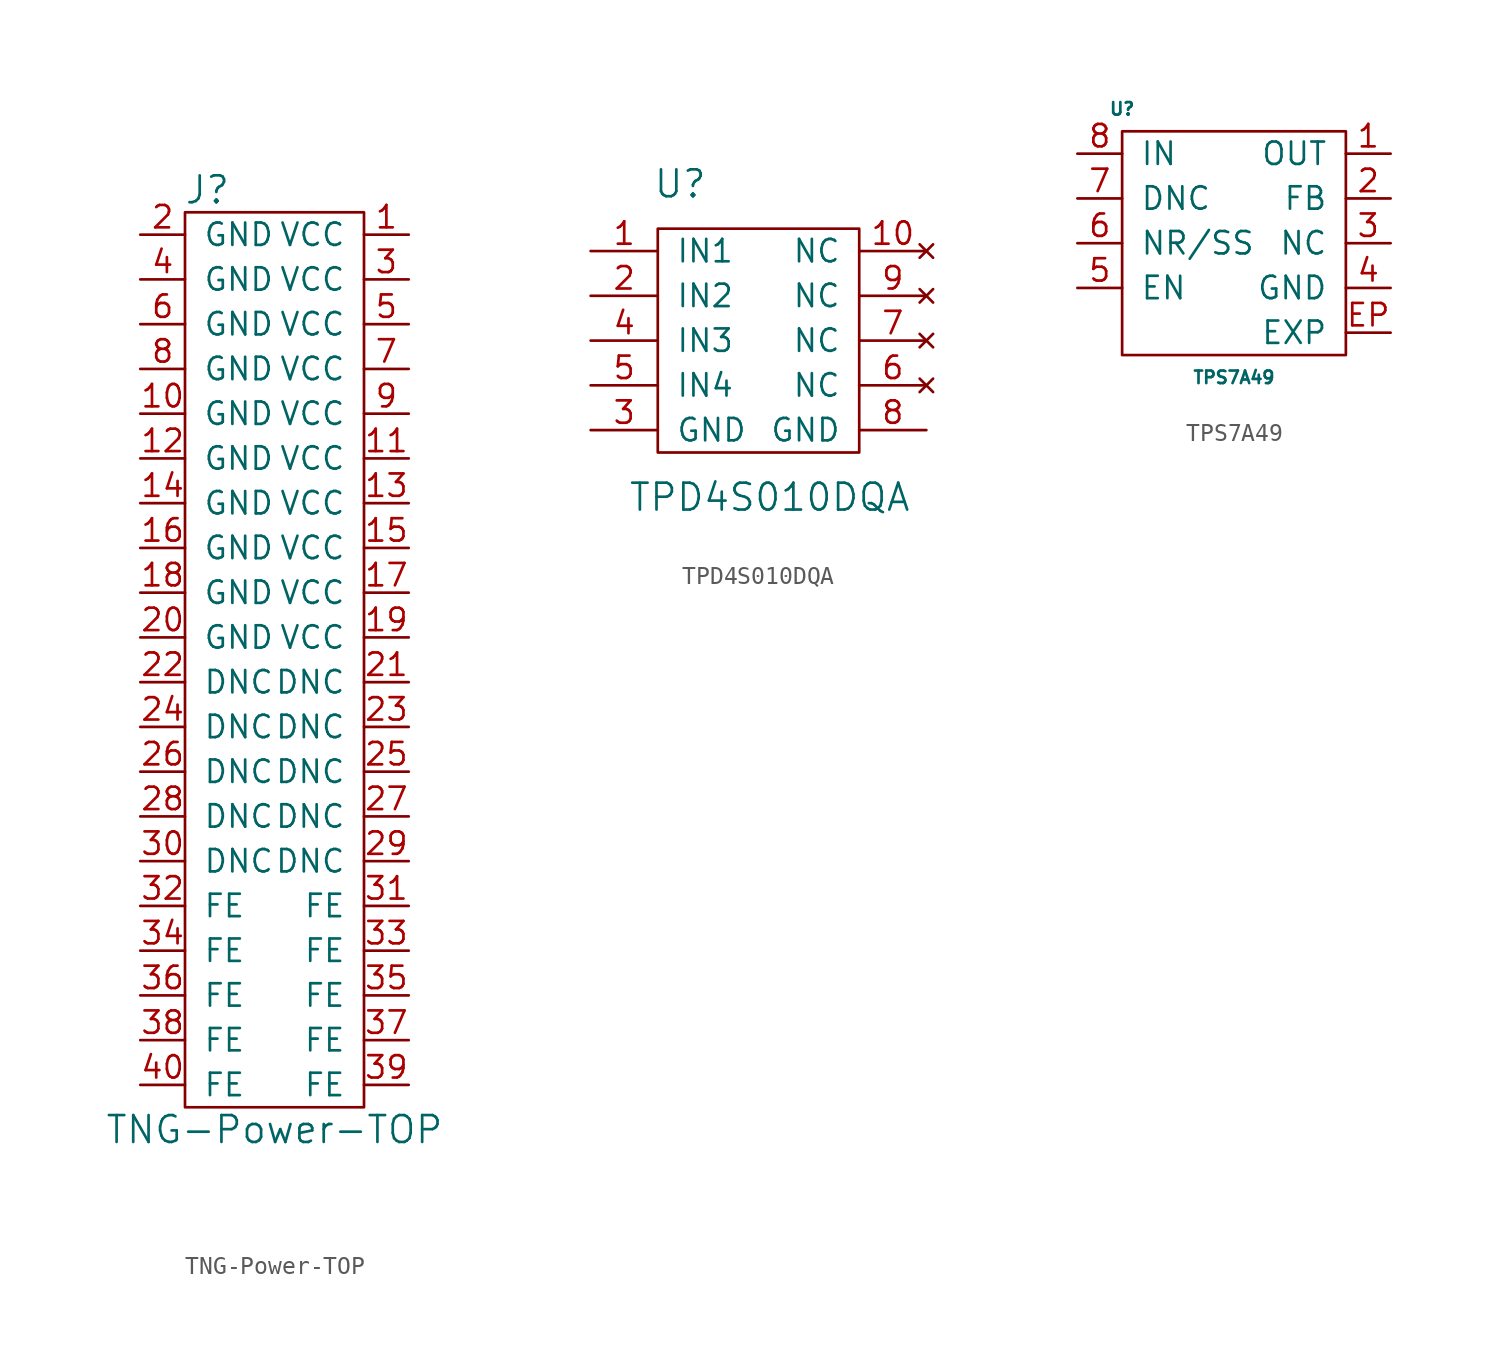
<source format=kicad_sym>
(kicad_symbol_lib
  (version 20211014)
  (generator kicad_symbol_editor)
  (symbol "TNG-Power-TOP"
    (pin_names
      (offset 1.016))
    (property "Reference" "J"
      (at -3.81 26.67 0)
      (effects (font (size 1.524 1.524))))
    (property "Value" "TNG-Power-TOP"
      (at 0 -26.67 0)
      (effects (font (size 1.524 1.524))))
    (symbol "TNG-Power-TOP_0_1"
      (rectangle (start -5.08 25.4) (end 5.08 -25.4) (stroke (width 0) (type default) (color 0 0 0 0)) (fill (type none))))
    (symbol "TNG-Power-TOP_1_1"
      (pin passive line (at 7.62 24.13 180) (length 2.54) (name "VCC" (effects (font (size 1.27 1.27)))) (number "1" (effects (font (size 1.27 1.27)))))
      (pin passive line (at -7.62 13.97 0) (length 2.54) (name "GND" (effects (font (size 1.27 1.27)))) (number "10" (effects (font (size 1.27 1.27)))))
      (pin passive line (at 7.62 11.43 180) (length 2.54) (name "VCC" (effects (font (size 1.27 1.27)))) (number "11" (effects (font (size 1.27 1.27)))))
      (pin passive line (at -7.62 11.43 0) (length 2.54) (name "GND" (effects (font (size 1.27 1.27)))) (number "12" (effects (font (size 1.27 1.27)))))
      (pin passive line (at 7.62 8.89 180) (length 2.54) (name "VCC" (effects (font (size 1.27 1.27)))) (number "13" (effects (font (size 1.27 1.27)))))
      (pin passive line (at -7.62 8.89 0) (length 2.54) (name "GND" (effects (font (size 1.27 1.27)))) (number "14" (effects (font (size 1.27 1.27)))))
      (pin passive line (at 7.62 6.35 180) (length 2.54) (name "VCC" (effects (font (size 1.27 1.27)))) (number "15" (effects (font (size 1.27 1.27)))))
      (pin passive line (at -7.62 6.35 0) (length 2.54) (name "GND" (effects (font (size 1.27 1.27)))) (number "16" (effects (font (size 1.27 1.27)))))
      (pin passive line (at 7.62 3.81 180) (length 2.54) (name "VCC" (effects (font (size 1.27 1.27)))) (number "17" (effects (font (size 1.27 1.27)))))
      (pin passive line (at -7.62 3.81 0) (length 2.54) (name "GND" (effects (font (size 1.27 1.27)))) (number "18" (effects (font (size 1.27 1.27)))))
      (pin passive line (at 7.62 1.27 180) (length 2.54) (name "VCC" (effects (font (size 1.27 1.27)))) (number "19" (effects (font (size 1.27 1.27)))))
      (pin passive line (at -7.62 24.13 0) (length 2.54) (name "GND" (effects (font (size 1.27 1.27)))) (number "2" (effects (font (size 1.27 1.27)))))
      (pin passive line (at -7.62 1.27 0) (length 2.54) (name "GND" (effects (font (size 1.27 1.27)))) (number "20" (effects (font (size 1.27 1.27)))))
      (pin passive line (at 7.62 -1.27 180) (length 2.54) (name "DNC" (effects (font (size 1.27 1.27)))) (number "21" (effects (font (size 1.27 1.27)))))
      (pin passive line (at -7.62 -1.27 0) (length 2.54) (name "DNC" (effects (font (size 1.27 1.27)))) (number "22" (effects (font (size 1.27 1.27)))))
      (pin passive line (at 7.62 -3.81 180) (length 2.54) (name "DNC" (effects (font (size 1.27 1.27)))) (number "23" (effects (font (size 1.27 1.27)))))
      (pin passive line (at -7.62 -3.81 0) (length 2.54) (name "DNC" (effects (font (size 1.27 1.27)))) (number "24" (effects (font (size 1.27 1.27)))))
      (pin passive line (at 7.62 -6.35 180) (length 2.54) (name "DNC" (effects (font (size 1.27 1.27)))) (number "25" (effects (font (size 1.27 1.27)))))
      (pin passive line (at -7.62 -6.35 0) (length 2.54) (name "DNC" (effects (font (size 1.27 1.27)))) (number "26" (effects (font (size 1.27 1.27)))))
      (pin passive line (at 7.62 -8.89 180) (length 2.54) (name "DNC" (effects (font (size 1.27 1.27)))) (number "27" (effects (font (size 1.27 1.27)))))
      (pin passive line (at -7.62 -8.89 0) (length 2.54) (name "DNC" (effects (font (size 1.27 1.27)))) (number "28" (effects (font (size 1.27 1.27)))))
      (pin passive line (at 7.62 -11.43 180) (length 2.54) (name "DNC" (effects (font (size 1.27 1.27)))) (number "29" (effects (font (size 1.27 1.27)))))
      (pin passive line (at 7.62 21.59 180) (length 2.54) (name "VCC" (effects (font (size 1.27 1.27)))) (number "3" (effects (font (size 1.27 1.27)))))
      (pin passive line (at -7.62 -11.43 0) (length 2.54) (name "DNC" (effects (font (size 1.27 1.27)))) (number "30" (effects (font (size 1.27 1.27)))))
      (pin passive line (at 7.62 -13.97 180) (length 2.54) (name "FE" (effects (font (size 1.27 1.27)))) (number "31" (effects (font (size 1.27 1.27)))))
      (pin passive line (at -7.62 -13.97 0) (length 2.54) (name "FE" (effects (font (size 1.27 1.27)))) (number "32" (effects (font (size 1.27 1.27)))))
      (pin passive line (at 7.62 -16.51 180) (length 2.54) (name "FE" (effects (font (size 1.27 1.27)))) (number "33" (effects (font (size 1.27 1.27)))))
      (pin passive line (at -7.62 -16.51 0) (length 2.54) (name "FE" (effects (font (size 1.27 1.27)))) (number "34" (effects (font (size 1.27 1.27)))))
      (pin passive line (at 7.62 -19.05 180) (length 2.54) (name "FE" (effects (font (size 1.27 1.27)))) (number "35" (effects (font (size 1.27 1.27)))))
      (pin passive line (at -7.62 -19.05 0) (length 2.54) (name "FE" (effects (font (size 1.27 1.27)))) (number "36" (effects (font (size 1.27 1.27)))))
      (pin passive line (at 7.62 -21.59 180) (length 2.54) (name "FE" (effects (font (size 1.27 1.27)))) (number "37" (effects (font (size 1.27 1.27)))))
      (pin passive line (at -7.62 -21.59 0) (length 2.54) (name "FE" (effects (font (size 1.27 1.27)))) (number "38" (effects (font (size 1.27 1.27)))))
      (pin passive line (at 7.62 -24.13 180) (length 2.54) (name "FE" (effects (font (size 1.27 1.27)))) (number "39" (effects (font (size 1.27 1.27)))))
      (pin passive line (at -7.62 21.59 0) (length 2.54) (name "GND" (effects (font (size 1.27 1.27)))) (number "4" (effects (font (size 1.27 1.27)))))
      (pin passive line (at -7.62 -24.13 0) (length 2.54) (name "FE" (effects (font (size 1.27 1.27)))) (number "40" (effects (font (size 1.27 1.27)))))
      (pin passive line (at 7.62 19.05 180) (length 2.54) (name "VCC" (effects (font (size 1.27 1.27)))) (number "5" (effects (font (size 1.27 1.27)))))
      (pin passive line (at -7.62 19.05 0) (length 2.54) (name "GND" (effects (font (size 1.27 1.27)))) (number "6" (effects (font (size 1.27 1.27)))))
      (pin passive line (at 7.62 16.51 180) (length 2.54) (name "VCC" (effects (font (size 1.27 1.27)))) (number "7" (effects (font (size 1.27 1.27)))))
      (pin passive line (at -7.62 16.51 0) (length 2.54) (name "GND" (effects (font (size 1.27 1.27)))) (number "8" (effects (font (size 1.27 1.27)))))
      (pin passive line (at 7.62 13.97 180) (length 2.54) (name "VCC" (effects (font (size 1.27 1.27)))) (number "9" (effects (font (size 1.27 1.27)))))))
  (symbol "TPD4S010DQA"
    (pin_names
      (offset 1.016))
    (property "Reference" "U"
      (at -5.08 8.89 0)
      (effects (font (size 1.524 1.524))))
    (property "Value" "TPD4S010DQA"
      (at 0 -8.89 0)
      (effects (font (size 1.524 1.524))))
    (property "Footprint" ""
      (at -6.35 12.7 0)
      (effects (font (size 1.524 1.524))))
    (property "Datasheet" ""
      (at -6.35 12.7 0)
      (effects (font (size 1.524 1.524))))
    (symbol "TPD4S010DQA_0_1"
      (rectangle (start -6.35 6.35) (end 5.08 -6.35) (stroke (width 0) (type default) (color 0 0 0 0)) (fill (type none))))
    (symbol "TPD4S010DQA_1_1"
      (pin input line (at -10.16 5.08 0) (length 3.81) (name "IN1" (effects (font (size 1.27 1.27)))) (number "1" (effects (font (size 1.27 1.27)))))
      (pin no_connect line (at 8.89 5.08 180) (length 3.81) (name "NC" (effects (font (size 1.27 1.27)))) (number "10" (effects (font (size 1.27 1.27)))))
      (pin input line (at -10.16 2.54 0) (length 3.81) (name "IN2" (effects (font (size 1.27 1.27)))) (number "2" (effects (font (size 1.27 1.27)))))
      (pin passive line (at -10.16 -5.08 0) (length 3.81) (name "GND" (effects (font (size 1.27 1.27)))) (number "3" (effects (font (size 1.27 1.27)))))
      (pin input line (at -10.16 0 0) (length 3.81) (name "IN3" (effects (font (size 1.27 1.27)))) (number "4" (effects (font (size 1.27 1.27)))))
      (pin input line (at -10.16 -2.54 0) (length 3.81) (name "IN4" (effects (font (size 1.27 1.27)))) (number "5" (effects (font (size 1.27 1.27)))))
      (pin no_connect line (at 8.89 -2.54 180) (length 3.81) (name "NC" (effects (font (size 1.27 1.27)))) (number "6" (effects (font (size 1.27 1.27)))))
      (pin no_connect line (at 8.89 0 180) (length 3.81) (name "NC" (effects (font (size 1.27 1.27)))) (number "7" (effects (font (size 1.27 1.27)))))
      (pin passive line (at 8.89 -5.08 180) (length 3.81) (name "GND" (effects (font (size 1.27 1.27)))) (number "8" (effects (font (size 1.27 1.27)))))
      (pin no_connect line (at 8.89 2.54 180) (length 3.81) (name "NC" (effects (font (size 1.27 1.27)))) (number "9" (effects (font (size 1.27 1.27)))))))
  (symbol "TPS7A49"
    (pin_names
      (offset 1.016))
    (property "Reference" "U"
      (at -6.35 6.35 0)
      (effects (font (size 0.711 0.711))))
    (property "Value" "TPS7A49"
      (at 0 -8.89 0)
      (effects (font (size 0.711 0.711))))
    (symbol "TPS7A49_0_1"
      (rectangle (start -6.35 5.08) (end 6.35 -7.62) (stroke (width 0) (type default) (color 0 0 0 0)) (fill (type none))))
    (symbol "TPS7A49_1_1"
      (pin passive line (at 8.89 3.81 180) (length 2.54) (name "OUT" (effects (font (size 1.27 1.27)))) (number "1" (effects (font (size 1.27 1.27)))))
      (pin passive line (at 8.89 1.27 180) (length 2.54) (name "FB" (effects (font (size 1.27 1.27)))) (number "2" (effects (font (size 1.27 1.27)))))
      (pin passive line (at 8.89 -1.27 180) (length 2.54) (name "NC" (effects (font (size 1.27 1.27)))) (number "3" (effects (font (size 1.27 1.27)))))
      (pin passive line (at 8.89 -3.81 180) (length 2.54) (name "GND" (effects (font (size 1.27 1.27)))) (number "4" (effects (font (size 1.27 1.27)))))
      (pin passive line (at -8.89 -3.81 0) (length 2.54) (name "EN" (effects (font (size 1.27 1.27)))) (number "5" (effects (font (size 1.27 1.27)))))
      (pin passive line (at -8.89 -1.27 0) (length 2.54) (name "NR/SS" (effects (font (size 1.27 1.27)))) (number "6" (effects (font (size 1.27 1.27)))))
      (pin passive line (at -8.89 1.27 0) (length 2.54) (name "DNC" (effects (font (size 1.27 1.27)))) (number "7" (effects (font (size 1.27 1.27)))))
      (pin passive line (at -8.89 3.81 0) (length 2.54) (name "IN" (effects (font (size 1.27 1.27)))) (number "8" (effects (font (size 1.27 1.27)))))
      (pin passive line (at 8.89 -6.35 180) (length 2.54) (name "EXP" (effects (font (size 1.27 1.27)))) (number "EP" (effects (font (size 1.27 1.27))))))))
</source>
